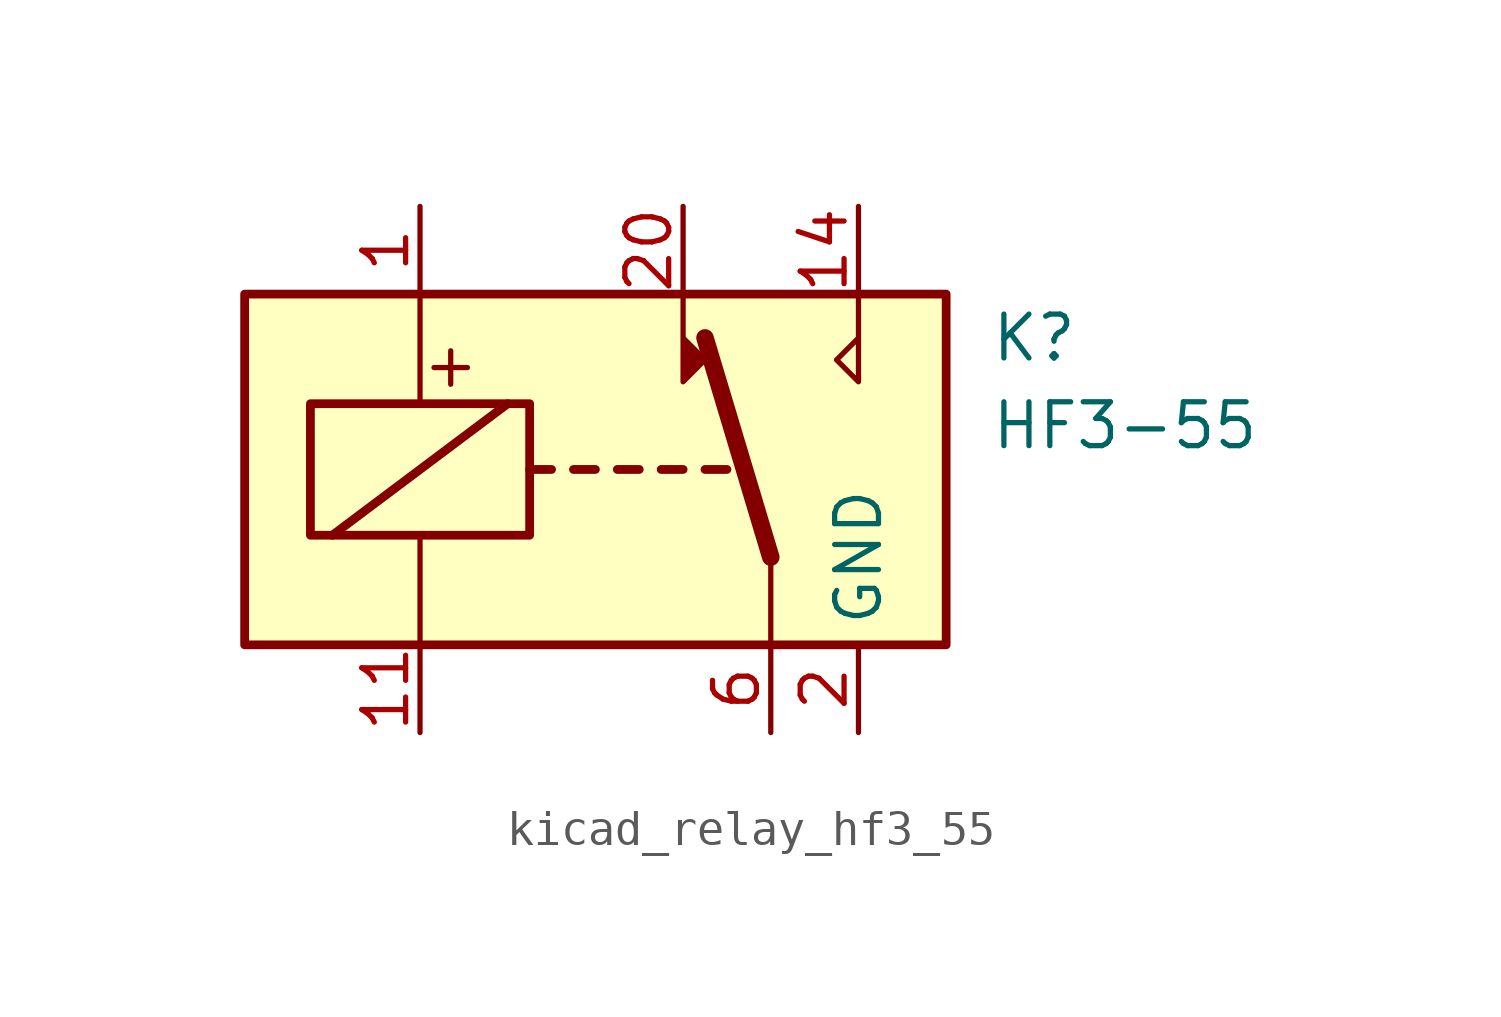
<source format=kicad_sym>
(kicad_symbol_lib
  (version 20220914)
  (generator kicad_symbol_editor)
  (symbol "kicad_relay_hf3_55"
    (property "Reference" "K"
      (at 11.43 3.81 0)
      (effects (font (size 1.27 1.27)) (justify left)))
    (property "Value" "HF3-55"
      (at 11.43 1.27 0)
      (effects (font (size 1.27 1.27)) (justify left)))
    (symbol "kicad_relay_hf3_55_0_0"
      (polyline (pts (xy 7.62 5.08) (xy 7.62 2.54) (xy 6.985 3.175) (xy 7.62 3.81)) (stroke (width 0) (type default)) (fill (type none)))
      (text "+" (at -4.191 3.048 0) (effects (font (size 1.27 1.27)))))
    (symbol "kicad_relay_hf3_55_0_1"
      (rectangle (start -10.16 5.08) (end 10.16 -5.08) (stroke (width 0.254) (type default)) (fill (type background)))
      (rectangle (start -8.255 1.905) (end -1.905 -1.905) (stroke (width 0.254) (type default)) (fill (type none)))
      (polyline (pts (xy -7.62 -1.905) (xy -2.54 1.905)) (stroke (width 0.254) (type default)) (fill (type none)))
      (polyline (pts (xy -5.08 -5.08) (xy -5.08 -1.905)) (stroke (width 0) (type default)) (fill (type none)))
      (polyline (pts (xy -5.08 5.08) (xy -5.08 1.905)) (stroke (width 0) (type default)) (fill (type none)))
      (polyline (pts (xy -1.905 0) (xy -1.27 0)) (stroke (width 0.254) (type default)) (fill (type none)))
      (polyline (pts (xy -0.635 0) (xy 0 0)) (stroke (width 0.254) (type default)) (fill (type none)))
      (polyline (pts (xy 0.635 0) (xy 1.27 0)) (stroke (width 0.254) (type default)) (fill (type none)))
      (polyline (pts (xy 1.905 0) (xy 2.54 0)) (stroke (width 0.254) (type default)) (fill (type none)))
      (polyline (pts (xy 3.175 0) (xy 3.81 0)) (stroke (width 0.254) (type default)) (fill (type none)))
      (polyline (pts (xy 5.08 -2.54) (xy 3.175 3.81)) (stroke (width 0.508) (type default)) (fill (type none)))
      (polyline (pts (xy 5.08 -2.54) (xy 5.08 -5.08)) (stroke (width 0) (type default)) (fill (type none)))
      (polyline (pts (xy 2.54 5.08) (xy 2.54 2.54) (xy 3.175 3.175) (xy 2.54 3.81)) (stroke (width 0) (type default)) (fill (type outline))))
    (symbol "kicad_relay_hf3_55_1_1"
      (pin passive line (at -5.08 7.62 270) (length 2.54) (name "~" (effects (font (size 1.27 1.27)))) (number "1" (effects (font (size 1.27 1.27)))))
      (pin passive line (at 7.62 -7.62 90) (length 2.54) hide (name "GND" (effects (font (size 1.27 1.27)))) (number "10" (effects (font (size 1.27 1.27)))))
      (pin passive line (at -5.08 -7.62 90) (length 2.54) (name "~" (effects (font (size 1.27 1.27)))) (number "11" (effects (font (size 1.27 1.27)))))
      (pin passive line (at 7.62 -7.62 90) (length 2.54) hide (name "GND" (effects (font (size 1.27 1.27)))) (number "12" (effects (font (size 1.27 1.27)))))
      (pin passive line (at 7.62 -7.62 90) (length 2.54) hide (name "GND" (effects (font (size 1.27 1.27)))) (number "13" (effects (font (size 1.27 1.27)))))
      (pin passive line (at 7.62 7.62 270) (length 2.54) (name "~" (effects (font (size 1.27 1.27)))) (number "14" (effects (font (size 1.27 1.27)))))
      (pin passive line (at 7.62 -7.62 90) (length 2.54) hide (name "GND" (effects (font (size 1.27 1.27)))) (number "15" (effects (font (size 1.27 1.27)))))
      (pin passive line (at 7.62 -7.62 90) (length 2.54) hide (name "GND" (effects (font (size 1.27 1.27)))) (number "17" (effects (font (size 1.27 1.27)))))
      (pin passive line (at 7.62 -7.62 90) (length 2.54) hide (name "GND" (effects (font (size 1.27 1.27)))) (number "19" (effects (font (size 1.27 1.27)))))
      (pin power_in line (at 7.62 -7.62 90) (length 2.54) (name "GND" (effects (font (size 1.27 1.27)))) (number "2" (effects (font (size 1.27 1.27)))))
      (pin passive line (at 2.54 7.62 270) (length 2.54) (name "~" (effects (font (size 1.27 1.27)))) (number "20" (effects (font (size 1.27 1.27)))))
      (pin passive line (at 7.62 -7.62 90) (length 2.54) hide (name "GND" (effects (font (size 1.27 1.27)))) (number "21" (effects (font (size 1.27 1.27)))))
      (pin passive line (at 7.62 -7.62 90) (length 2.54) hide (name "GND" (effects (font (size 1.27 1.27)))) (number "22" (effects (font (size 1.27 1.27)))))
      (pin passive line (at 7.62 -7.62 90) (length 2.54) hide (name "GND" (effects (font (size 1.27 1.27)))) (number "5" (effects (font (size 1.27 1.27)))))
      (pin passive line (at 5.08 -7.62 90) (length 2.54) (name "~" (effects (font (size 1.27 1.27)))) (number "6" (effects (font (size 1.27 1.27)))))
      (pin passive line (at 7.62 -7.62 90) (length 2.54) hide (name "GND" (effects (font (size 1.27 1.27)))) (number "7" (effects (font (size 1.27 1.27))))))))
</source>
